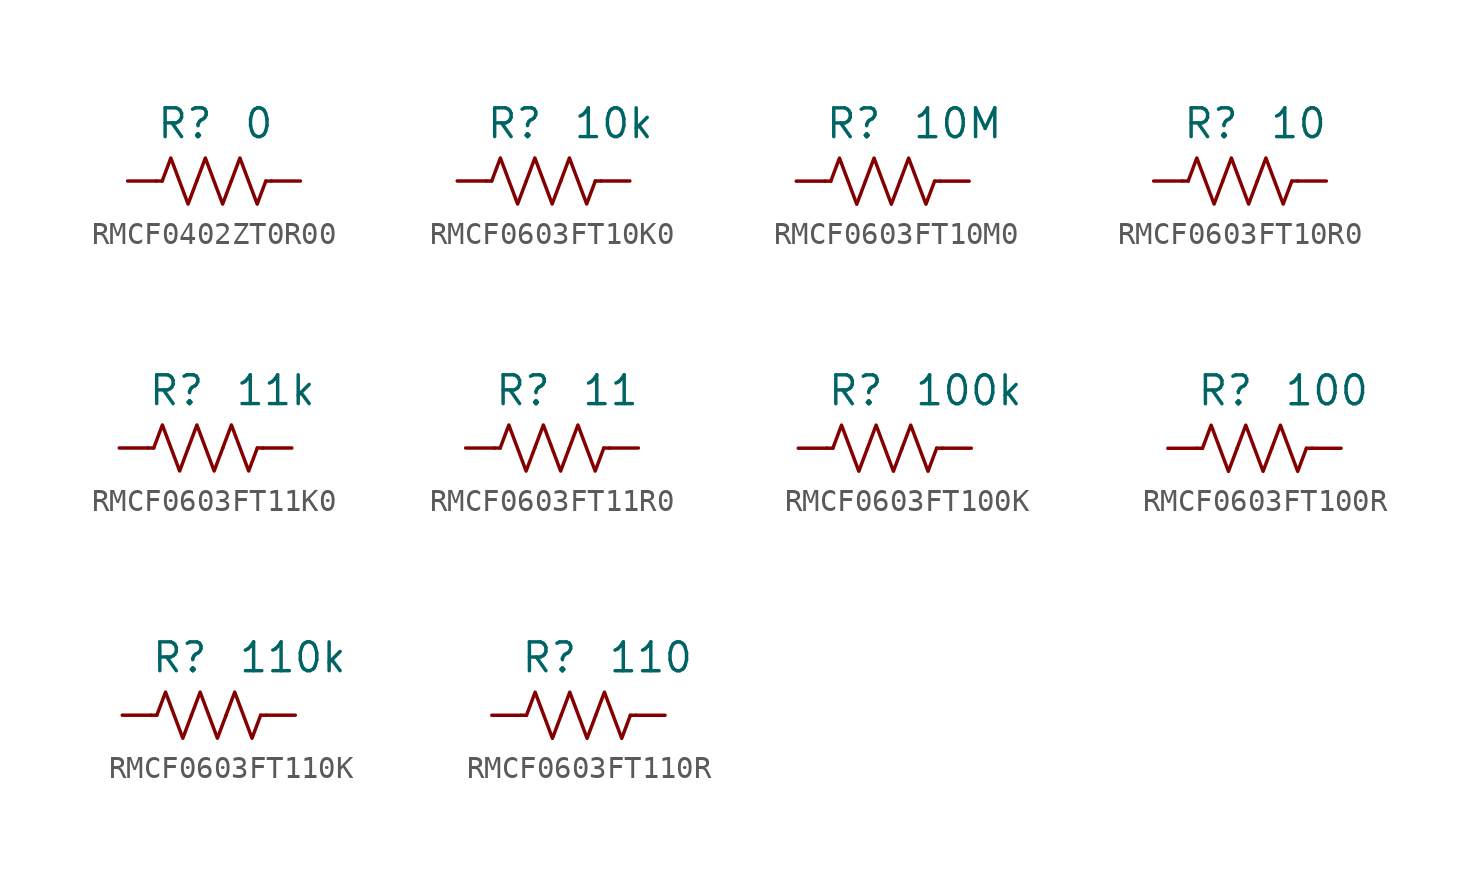
<source format=kicad_sym>
(kicad_symbol_lib
  (version 20241209)
  (generator "kicad_symbol_editor")
  (generator_version "9.0")
  (symbol "RMCF0402ZT0R00"
    (pin_numbers
      (hide yes))
    (property "Reference" "R"
      (at 0 2.54 0)
      (effects (font (size 1.27 1.27)) (justify right)))
    (property "Value" "0"
      (at 1.27 2.54 0)
      (effects (font (size 1.27 1.27)) (justify left)))
    (symbol "RMCF0402ZT0R00_0_1"
      (polyline (pts (xy -2.286 0) (xy -2.54 0)) (stroke (width 0) (type default)) (fill (type none)))
      (polyline (pts (xy -2.286 0) (xy -1.905 1.016) (xy -1.524 0) (xy -1.143 -1.016) (xy -0.762 0)) (stroke (width 0) (type default)) (fill (type none)))
      (polyline (pts (xy -0.762 0) (xy -0.381 1.016) (xy 0 0) (xy 0.381 -1.016) (xy 0.762 0)) (stroke (width 0) (type default)) (fill (type none)))
      (polyline (pts (xy 0.762 0) (xy 1.143 1.016) (xy 1.524 0) (xy 1.905 -1.016) (xy 2.286 0)) (stroke (width 0) (type default)) (fill (type none)))
      (polyline (pts (xy 2.286 0) (xy 2.54 0)) (stroke (width 0) (type default)) (fill (type none))))
    (symbol "RMCF0402ZT0R00_1_1"
      (pin passive line (at -3.81 0 0) (length 1.27) (name "~" (effects (font (size 1.27 1.27)))) (number "1" (effects (font (size 1.27 1.27)))))
      (pin passive line (at 3.81 0 180) (length 1.27) (name "~" (effects (font (size 1.27 1.27)))) (number "2" (effects (font (size 1.27 1.27)))))))
  (symbol "RMCF0603FT10K0"
    (pin_numbers
      (hide yes))
    (property "Reference" "R"
      (at 0 2.54 0)
      (effects (font (size 1.27 1.27)) (justify right)))
    (property "Value" "10k"
      (at 1.27 2.54 0)
      (effects (font (size 1.27 1.27)) (justify left)))
    (symbol "RMCF0603FT10K0_0_1"
      (polyline (pts (xy -2.286 0) (xy -2.54 0)) (stroke (width 0) (type default)) (fill (type none)))
      (polyline (pts (xy -2.286 0) (xy -1.905 1.016) (xy -1.524 0) (xy -1.143 -1.016) (xy -0.762 0)) (stroke (width 0) (type default)) (fill (type none)))
      (polyline (pts (xy -0.762 0) (xy -0.381 1.016) (xy 0 0) (xy 0.381 -1.016) (xy 0.762 0)) (stroke (width 0) (type default)) (fill (type none)))
      (polyline (pts (xy 0.762 0) (xy 1.143 1.016) (xy 1.524 0) (xy 1.905 -1.016) (xy 2.286 0)) (stroke (width 0) (type default)) (fill (type none)))
      (polyline (pts (xy 2.286 0) (xy 2.54 0)) (stroke (width 0) (type default)) (fill (type none))))
    (symbol "RMCF0603FT10K0_1_1"
      (pin passive line (at -3.81 0 0) (length 1.27) (name "~" (effects (font (size 1.27 1.27)))) (number "1" (effects (font (size 1.27 1.27)))))
      (pin passive line (at 3.81 0 180) (length 1.27) (name "~" (effects (font (size 1.27 1.27)))) (number "2" (effects (font (size 1.27 1.27)))))))
  (symbol "RMCF0603FT10M0"
    (pin_numbers
      (hide yes))
    (property "Reference" "R"
      (at 0 2.54 0)
      (effects (font (size 1.27 1.27)) (justify right)))
    (property "Value" "10M"
      (at 1.27 2.54 0)
      (effects (font (size 1.27 1.27)) (justify left)))
    (symbol "RMCF0603FT10M0_0_1"
      (polyline (pts (xy -2.286 0) (xy -2.54 0)) (stroke (width 0) (type default)) (fill (type none)))
      (polyline (pts (xy -2.286 0) (xy -1.905 1.016) (xy -1.524 0) (xy -1.143 -1.016) (xy -0.762 0)) (stroke (width 0) (type default)) (fill (type none)))
      (polyline (pts (xy -0.762 0) (xy -0.381 1.016) (xy 0 0) (xy 0.381 -1.016) (xy 0.762 0)) (stroke (width 0) (type default)) (fill (type none)))
      (polyline (pts (xy 0.762 0) (xy 1.143 1.016) (xy 1.524 0) (xy 1.905 -1.016) (xy 2.286 0)) (stroke (width 0) (type default)) (fill (type none)))
      (polyline (pts (xy 2.286 0) (xy 2.54 0)) (stroke (width 0) (type default)) (fill (type none))))
    (symbol "RMCF0603FT10M0_1_1"
      (pin passive line (at -3.81 0 0) (length 1.27) (name "~" (effects (font (size 1.27 1.27)))) (number "1" (effects (font (size 1.27 1.27)))))
      (pin passive line (at 3.81 0 180) (length 1.27) (name "~" (effects (font (size 1.27 1.27)))) (number "2" (effects (font (size 1.27 1.27)))))))
  (symbol "RMCF0603FT10R0"
    (pin_numbers
      (hide yes))
    (property "Reference" "R"
      (at 0 2.54 0)
      (effects (font (size 1.27 1.27)) (justify right)))
    (property "Value" "10"
      (at 1.27 2.54 0)
      (effects (font (size 1.27 1.27)) (justify left)))
    (symbol "RMCF0603FT10R0_0_1"
      (polyline (pts (xy -2.286 0) (xy -2.54 0)) (stroke (width 0) (type default)) (fill (type none)))
      (polyline (pts (xy -2.286 0) (xy -1.905 1.016) (xy -1.524 0) (xy -1.143 -1.016) (xy -0.762 0)) (stroke (width 0) (type default)) (fill (type none)))
      (polyline (pts (xy -0.762 0) (xy -0.381 1.016) (xy 0 0) (xy 0.381 -1.016) (xy 0.762 0)) (stroke (width 0) (type default)) (fill (type none)))
      (polyline (pts (xy 0.762 0) (xy 1.143 1.016) (xy 1.524 0) (xy 1.905 -1.016) (xy 2.286 0)) (stroke (width 0) (type default)) (fill (type none)))
      (polyline (pts (xy 2.286 0) (xy 2.54 0)) (stroke (width 0) (type default)) (fill (type none))))
    (symbol "RMCF0603FT10R0_1_1"
      (pin passive line (at -3.81 0 0) (length 1.27) (name "~" (effects (font (size 1.27 1.27)))) (number "1" (effects (font (size 1.27 1.27)))))
      (pin passive line (at 3.81 0 180) (length 1.27) (name "~" (effects (font (size 1.27 1.27)))) (number "2" (effects (font (size 1.27 1.27)))))))
  (symbol "RMCF0603FT11K0"
    (pin_numbers
      (hide yes))
    (property "Reference" "R"
      (at 0 2.54 0)
      (effects (font (size 1.27 1.27)) (justify right)))
    (property "Value" "11k"
      (at 1.27 2.54 0)
      (effects (font (size 1.27 1.27)) (justify left)))
    (symbol "RMCF0603FT11K0_0_1"
      (polyline (pts (xy -2.286 0) (xy -2.54 0)) (stroke (width 0) (type default)) (fill (type none)))
      (polyline (pts (xy -2.286 0) (xy -1.905 1.016) (xy -1.524 0) (xy -1.143 -1.016) (xy -0.762 0)) (stroke (width 0) (type default)) (fill (type none)))
      (polyline (pts (xy -0.762 0) (xy -0.381 1.016) (xy 0 0) (xy 0.381 -1.016) (xy 0.762 0)) (stroke (width 0) (type default)) (fill (type none)))
      (polyline (pts (xy 0.762 0) (xy 1.143 1.016) (xy 1.524 0) (xy 1.905 -1.016) (xy 2.286 0)) (stroke (width 0) (type default)) (fill (type none)))
      (polyline (pts (xy 2.286 0) (xy 2.54 0)) (stroke (width 0) (type default)) (fill (type none))))
    (symbol "RMCF0603FT11K0_1_1"
      (pin passive line (at -3.81 0 0) (length 1.27) (name "~" (effects (font (size 1.27 1.27)))) (number "1" (effects (font (size 1.27 1.27)))))
      (pin passive line (at 3.81 0 180) (length 1.27) (name "~" (effects (font (size 1.27 1.27)))) (number "2" (effects (font (size 1.27 1.27)))))))
  (symbol "RMCF0603FT11R0"
    (pin_numbers
      (hide yes))
    (property "Reference" "R"
      (at 0 2.54 0)
      (effects (font (size 1.27 1.27)) (justify right)))
    (property "Value" "11"
      (at 1.27 2.54 0)
      (effects (font (size 1.27 1.27)) (justify left)))
    (symbol "RMCF0603FT11R0_0_1"
      (polyline (pts (xy -2.286 0) (xy -2.54 0)) (stroke (width 0) (type default)) (fill (type none)))
      (polyline (pts (xy -2.286 0) (xy -1.905 1.016) (xy -1.524 0) (xy -1.143 -1.016) (xy -0.762 0)) (stroke (width 0) (type default)) (fill (type none)))
      (polyline (pts (xy -0.762 0) (xy -0.381 1.016) (xy 0 0) (xy 0.381 -1.016) (xy 0.762 0)) (stroke (width 0) (type default)) (fill (type none)))
      (polyline (pts (xy 0.762 0) (xy 1.143 1.016) (xy 1.524 0) (xy 1.905 -1.016) (xy 2.286 0)) (stroke (width 0) (type default)) (fill (type none)))
      (polyline (pts (xy 2.286 0) (xy 2.54 0)) (stroke (width 0) (type default)) (fill (type none))))
    (symbol "RMCF0603FT11R0_1_1"
      (pin passive line (at -3.81 0 0) (length 1.27) (name "~" (effects (font (size 1.27 1.27)))) (number "1" (effects (font (size 1.27 1.27)))))
      (pin passive line (at 3.81 0 180) (length 1.27) (name "~" (effects (font (size 1.27 1.27)))) (number "2" (effects (font (size 1.27 1.27)))))))
  (symbol "RMCF0603FT100K"
    (pin_numbers
      (hide yes))
    (property "Reference" "R"
      (at 0 2.54 0)
      (effects (font (size 1.27 1.27)) (justify right)))
    (property "Value" "100k"
      (at 1.27 2.54 0)
      (effects (font (size 1.27 1.27)) (justify left)))
    (symbol "RMCF0603FT100K_0_1"
      (polyline (pts (xy -2.286 0) (xy -2.54 0)) (stroke (width 0) (type default)) (fill (type none)))
      (polyline (pts (xy -2.286 0) (xy -1.905 1.016) (xy -1.524 0) (xy -1.143 -1.016) (xy -0.762 0)) (stroke (width 0) (type default)) (fill (type none)))
      (polyline (pts (xy -0.762 0) (xy -0.381 1.016) (xy 0 0) (xy 0.381 -1.016) (xy 0.762 0)) (stroke (width 0) (type default)) (fill (type none)))
      (polyline (pts (xy 0.762 0) (xy 1.143 1.016) (xy 1.524 0) (xy 1.905 -1.016) (xy 2.286 0)) (stroke (width 0) (type default)) (fill (type none)))
      (polyline (pts (xy 2.286 0) (xy 2.54 0)) (stroke (width 0) (type default)) (fill (type none))))
    (symbol "RMCF0603FT100K_1_1"
      (pin passive line (at -3.81 0 0) (length 1.27) (name "~" (effects (font (size 1.27 1.27)))) (number "1" (effects (font (size 1.27 1.27)))))
      (pin passive line (at 3.81 0 180) (length 1.27) (name "~" (effects (font (size 1.27 1.27)))) (number "2" (effects (font (size 1.27 1.27)))))))
  (symbol "RMCF0603FT100R"
    (pin_numbers
      (hide yes))
    (property "Reference" "R"
      (at 0 2.54 0)
      (effects (font (size 1.27 1.27)) (justify right)))
    (property "Value" "100"
      (at 1.27 2.54 0)
      (effects (font (size 1.27 1.27)) (justify left)))
    (symbol "RMCF0603FT100R_0_1"
      (polyline (pts (xy -2.286 0) (xy -2.54 0)) (stroke (width 0) (type default)) (fill (type none)))
      (polyline (pts (xy -2.286 0) (xy -1.905 1.016) (xy -1.524 0) (xy -1.143 -1.016) (xy -0.762 0)) (stroke (width 0) (type default)) (fill (type none)))
      (polyline (pts (xy -0.762 0) (xy -0.381 1.016) (xy 0 0) (xy 0.381 -1.016) (xy 0.762 0)) (stroke (width 0) (type default)) (fill (type none)))
      (polyline (pts (xy 0.762 0) (xy 1.143 1.016) (xy 1.524 0) (xy 1.905 -1.016) (xy 2.286 0)) (stroke (width 0) (type default)) (fill (type none)))
      (polyline (pts (xy 2.286 0) (xy 2.54 0)) (stroke (width 0) (type default)) (fill (type none))))
    (symbol "RMCF0603FT100R_1_1"
      (pin passive line (at -3.81 0 0) (length 1.27) (name "~" (effects (font (size 1.27 1.27)))) (number "1" (effects (font (size 1.27 1.27)))))
      (pin passive line (at 3.81 0 180) (length 1.27) (name "~" (effects (font (size 1.27 1.27)))) (number "2" (effects (font (size 1.27 1.27)))))))
  (symbol "RMCF0603FT110K"
    (pin_numbers
      (hide yes))
    (property "Reference" "R"
      (at 0 2.54 0)
      (effects (font (size 1.27 1.27)) (justify right)))
    (property "Value" "110k"
      (at 1.27 2.54 0)
      (effects (font (size 1.27 1.27)) (justify left)))
    (symbol "RMCF0603FT110K_0_1"
      (polyline (pts (xy -2.286 0) (xy -2.54 0)) (stroke (width 0) (type default)) (fill (type none)))
      (polyline (pts (xy -2.286 0) (xy -1.905 1.016) (xy -1.524 0) (xy -1.143 -1.016) (xy -0.762 0)) (stroke (width 0) (type default)) (fill (type none)))
      (polyline (pts (xy -0.762 0) (xy -0.381 1.016) (xy 0 0) (xy 0.381 -1.016) (xy 0.762 0)) (stroke (width 0) (type default)) (fill (type none)))
      (polyline (pts (xy 0.762 0) (xy 1.143 1.016) (xy 1.524 0) (xy 1.905 -1.016) (xy 2.286 0)) (stroke (width 0) (type default)) (fill (type none)))
      (polyline (pts (xy 2.286 0) (xy 2.54 0)) (stroke (width 0) (type default)) (fill (type none))))
    (symbol "RMCF0603FT110K_1_1"
      (pin passive line (at -3.81 0 0) (length 1.27) (name "~" (effects (font (size 1.27 1.27)))) (number "1" (effects (font (size 1.27 1.27)))))
      (pin passive line (at 3.81 0 180) (length 1.27) (name "~" (effects (font (size 1.27 1.27)))) (number "2" (effects (font (size 1.27 1.27)))))))
  (symbol "RMCF0603FT110R"
    (pin_numbers
      (hide yes))
    (property "Reference" "R"
      (at 0 2.54 0)
      (effects (font (size 1.27 1.27)) (justify right)))
    (property "Value" "110"
      (at 1.27 2.54 0)
      (effects (font (size 1.27 1.27)) (justify left)))
    (symbol "RMCF0603FT110R_0_1"
      (polyline (pts (xy -2.286 0) (xy -2.54 0)) (stroke (width 0) (type default)) (fill (type none)))
      (polyline (pts (xy -2.286 0) (xy -1.905 1.016) (xy -1.524 0) (xy -1.143 -1.016) (xy -0.762 0)) (stroke (width 0) (type default)) (fill (type none)))
      (polyline (pts (xy -0.762 0) (xy -0.381 1.016) (xy 0 0) (xy 0.381 -1.016) (xy 0.762 0)) (stroke (width 0) (type default)) (fill (type none)))
      (polyline (pts (xy 0.762 0) (xy 1.143 1.016) (xy 1.524 0) (xy 1.905 -1.016) (xy 2.286 0)) (stroke (width 0) (type default)) (fill (type none)))
      (polyline (pts (xy 2.286 0) (xy 2.54 0)) (stroke (width 0) (type default)) (fill (type none))))
    (symbol "RMCF0603FT110R_1_1"
      (pin passive line (at -3.81 0 0) (length 1.27) (name "~" (effects (font (size 1.27 1.27)))) (number "1" (effects (font (size 1.27 1.27)))))
      (pin passive line (at 3.81 0 180) (length 1.27) (name "~" (effects (font (size 1.27 1.27)))) (number "2" (effects (font (size 1.27 1.27))))))))
</source>
